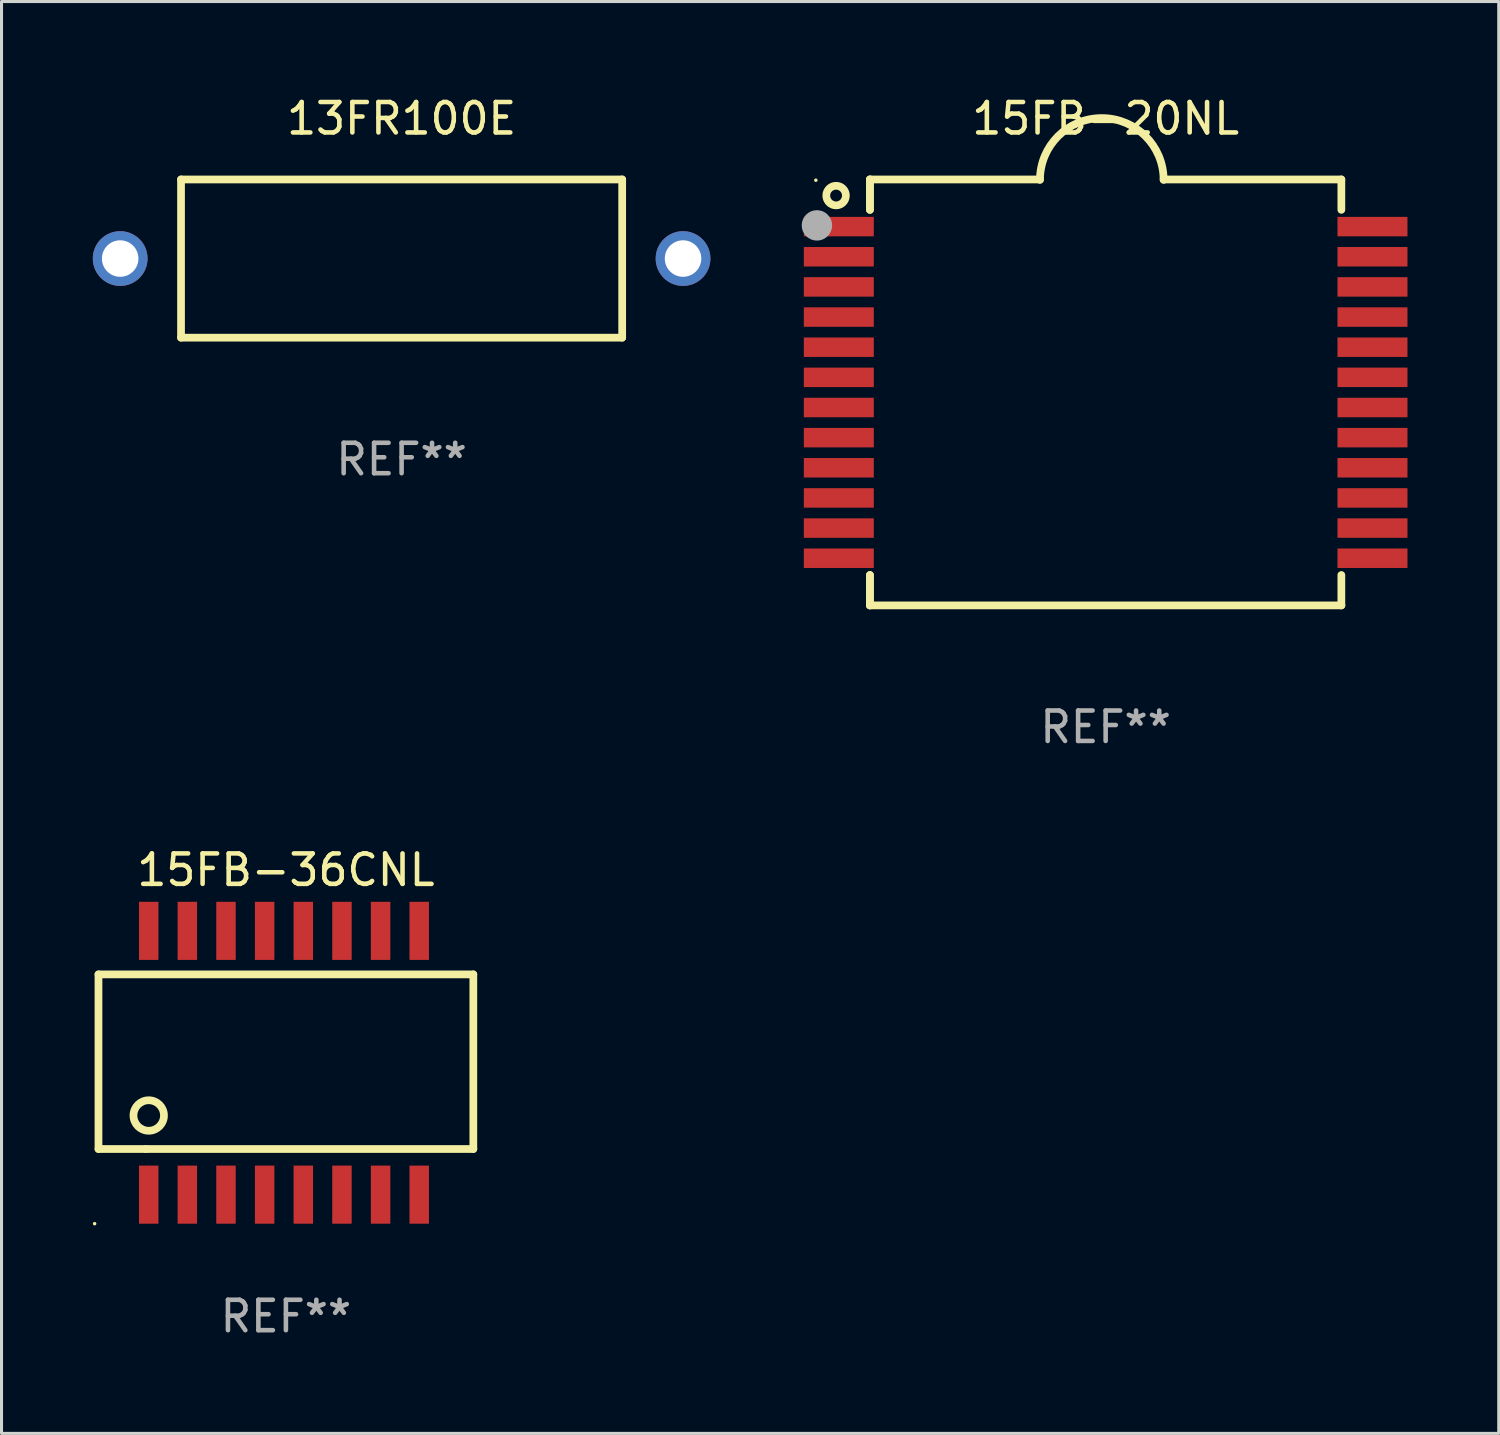
<source format=kicad_pcb>
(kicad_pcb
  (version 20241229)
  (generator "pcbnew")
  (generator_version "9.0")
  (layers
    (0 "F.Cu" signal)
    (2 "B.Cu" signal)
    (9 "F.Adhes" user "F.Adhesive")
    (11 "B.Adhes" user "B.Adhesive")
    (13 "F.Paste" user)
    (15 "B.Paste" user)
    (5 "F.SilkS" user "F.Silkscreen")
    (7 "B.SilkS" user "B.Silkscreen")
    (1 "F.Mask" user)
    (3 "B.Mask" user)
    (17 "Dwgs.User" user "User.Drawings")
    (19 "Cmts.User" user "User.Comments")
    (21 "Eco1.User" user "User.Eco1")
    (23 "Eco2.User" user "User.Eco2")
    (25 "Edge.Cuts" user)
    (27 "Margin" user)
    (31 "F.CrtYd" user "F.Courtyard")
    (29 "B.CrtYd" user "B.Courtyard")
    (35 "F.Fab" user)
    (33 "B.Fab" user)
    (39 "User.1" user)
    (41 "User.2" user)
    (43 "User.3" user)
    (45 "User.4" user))
  (footprint "15FB-20NL"
    (layer "F.Cu")
    (at 33.29 9.848)
    (property "Reference" "15FB-20NL" (at 0 -9 0) (layer "F.SilkS") (effects (font (size 1 1) (thickness 0.15))))
    (attr through_hole)
    (fp_line (start -7.747 -7) (end -7.747 -6.001) (stroke (width 0.254) (type solid)) (layer "F.SilkS"))
    (fp_line (start -7.747 -7) (end -7.747 -6.001) (stroke (width 0.254) (type solid)) (layer "F.SilkS"))
    (fp_line (start -7.747 -7) (end -2.159 -7) (stroke (width 0.254) (type solid)) (layer "F.SilkS"))
    (fp_line (start -7.747 6.001) (end -7.747 7) (stroke (width 0.254) (type solid)) (layer "F.SilkS"))
    (fp_line (start -7.747 6.001) (end -7.747 7) (stroke (width 0.254) (type solid)) (layer "F.SilkS"))
    (fp_line (start 7.747 -7) (end 1.905 -7) (stroke (width 0.254) (type solid)) (layer "F.SilkS"))
    (fp_line (start 7.747 -7) (end 7.747 -6.001) (stroke (width 0.254) (type solid)) (layer "F.SilkS"))
    (fp_line (start 7.747 6.001) (end 7.747 7) (stroke (width 0.254) (type solid)) (layer "F.SilkS"))
    (fp_line (start 7.75 7) (end -7.75 7) (stroke (width 0.254) (type solid)) (layer "F.SilkS"))
    (fp_arc (start -2.159004 -6.985026) (mid -0.127 -9.016548) (end 1.905004 -6.985027) (stroke (width 0.254001) (type solid)) (layer "F.SilkS"))
    (fp_circle (center -9.525 -6.975) (end -9.495 -6.975) (stroke (width 0.06) (type solid)) (fill no) (layer "F.SilkS"))
    (fp_circle (center -8.86 -6.47) (end -8.538 -6.47) (stroke (width 0.254) (type solid)) (fill no) (layer "F.SilkS"))
    (fp_circle (center -9.49 -5.49) (end -9.24 -5.49) (stroke (width 0.5) (type solid)) (fill no) (layer "F.Fab"))
    (fp_text user "REF**" (at 0 11 0) (layer "F.Fab") (effects (font (size 1 1) (thickness 0.15))))
    (pad "1" smd rect (at -8.77 -5.45) (size 2.3 0.64) (layers "F.Cu" "F.Mask" "F.Paste"))
    (pad "2" smd rect (at -8.77 -4.459 180) (size 2.3 0.64) (layers "F.Cu" "F.Mask" "F.Paste"))
    (pad "3" smd rect (at -8.77 -3.468 180) (size 2.3 0.64) (layers "F.Cu" "F.Mask" "F.Paste"))
    (pad "4" smd rect (at -8.77 -2.477 180) (size 2.3 0.64) (layers "F.Cu" "F.Mask" "F.Paste"))
    (pad "5" smd rect (at -8.77 -1.486 180) (size 2.3 0.64) (layers "F.Cu" "F.Mask" "F.Paste"))
    (pad "6" smd rect (at -8.77 -0.495 180) (size 2.3 0.64) (layers "F.Cu" "F.Mask" "F.Paste"))
    (pad "7" smd rect (at -8.77 0.496 180) (size 2.3 0.64) (layers "F.Cu" "F.Mask" "F.Paste"))
    (pad "8" smd rect (at -8.77 1.486 180) (size 2.3 0.64) (layers "F.Cu" "F.Mask" "F.Paste"))
    (pad "9" smd rect (at -8.77 2.477 180) (size 2.3 0.64) (layers "F.Cu" "F.Mask" "F.Paste"))
    (pad "10" smd rect (at -8.77 3.468 180) (size 2.3 0.64) (layers "F.Cu" "F.Mask" "F.Paste"))
    (pad "11" smd rect (at -8.77 4.459 180) (size 2.3 0.64) (layers "F.Cu" "F.Mask" "F.Paste"))
    (pad "12" smd rect (at -8.77 5.45 180) (size 2.3 0.64) (layers "F.Cu" "F.Mask" "F.Paste"))
    (pad "13" smd rect (at 8.77 5.45 180) (size 2.3 0.64) (layers "F.Cu" "F.Mask" "F.Paste"))
    (pad "14" smd rect (at 8.77 4.459 180) (size 2.3 0.64) (layers "F.Cu" "F.Mask" "F.Paste"))
    (pad "15" smd rect (at 8.77 3.468 180) (size 2.3 0.64) (layers "F.Cu" "F.Mask" "F.Paste"))
    (pad "16" smd rect (at 8.77 2.477 180) (size 2.3 0.64) (layers "F.Cu" "F.Mask" "F.Paste"))
    (pad "17" smd rect (at 8.77 1.486 180) (size 2.3 0.64) (layers "F.Cu" "F.Mask" "F.Paste"))
    (pad "18" smd rect (at 8.77 0.496 180) (size 2.3 0.64) (layers "F.Cu" "F.Mask" "F.Paste"))
    (pad "19" smd rect (at 8.77 -0.496 180) (size 2.3 0.64) (layers "F.Cu" "F.Mask" "F.Paste"))
    (pad "20" smd rect (at 8.77 -1.486 180) (size 2.3 0.64) (layers "F.Cu" "F.Mask" "F.Paste"))
    (pad "21" smd rect (at 8.77 -2.477 180) (size 2.3 0.64) (layers "F.Cu" "F.Mask" "F.Paste"))
    (pad "22" smd rect (at 8.77 -3.468 180) (size 2.3 0.64) (layers "F.Cu" "F.Mask" "F.Paste"))
    (pad "23" smd rect (at 8.77 -4.459 180) (size 2.3 0.64) (layers "F.Cu" "F.Mask" "F.Paste"))
    (pad "24" smd rect (at 8.77 -5.45 180) (size 2.3 0.64) (layers "F.Cu" "F.Mask" "F.Paste")))
  (footprint "15FB-36CNL"
    (layer "F.Cu")
    (at 6.347 31.88)
    (property "Reference" "15FB-36CNL" (at 0 -6.335 0) (layer "F.SilkS") (effects (font (size 1 1) (thickness 0.15))))
    (attr through_hole)
    (fp_line (start -6.16 -2.904) (end -6.16 2.835) (stroke (width 0.254) (type solid)) (layer "F.SilkS"))
    (fp_line (start -6.16 2.835) (end -4.609 2.835) (stroke (width 0.254) (type solid)) (layer "F.SilkS"))
    (fp_line (start -4.609 2.835) (end 6.16 2.835) (stroke (width 0.254) (type solid)) (layer "F.SilkS"))
    (fp_line (start 6.16 -2.904) (end -6.16 -2.904) (stroke (width 0.254) (type solid)) (layer "F.SilkS"))
    (fp_line (start 6.16 2.835) (end 6.16 -2.904) (stroke (width 0.254) (type solid)) (layer "F.SilkS"))
    (fp_circle (center -6.287 5.29) (end -6.257 5.29) (stroke (width 0.06) (type solid)) (fill no) (layer "F.SilkS"))
    (fp_circle (center -4.509 1.734) (end -4.008 1.734) (stroke (width 0.254) (type solid)) (fill no) (layer "F.SilkS"))
    (fp_text user "REF**" (at 0 8.335 0) (layer "F.Fab") (effects (font (size 1 1) (thickness 0.15))))
    (pad "1" smd rect (at -4.509 4.335) (size 0.64 1.91) (layers "F.Cu" "F.Mask" "F.Paste"))
    (pad "2" smd rect (at -3.239 4.335) (size 0.64 1.91) (layers "F.Cu" "F.Mask" "F.Paste"))
    (pad "3" smd rect (at -1.969 4.335) (size 0.64 1.91) (layers "F.Cu" "F.Mask" "F.Paste"))
    (pad "4" smd rect (at -0.699 4.335) (size 0.64 1.91) (layers "F.Cu" "F.Mask" "F.Paste"))
    (pad "5" smd rect (at 0.572 4.335) (size 0.64 1.91) (layers "F.Cu" "F.Mask" "F.Paste"))
    (pad "6" smd rect (at 1.842 4.335) (size 0.64 1.91) (layers "F.Cu" "F.Mask" "F.Paste"))
    (pad "7" smd rect (at 3.112 4.335) (size 0.64 1.91) (layers "F.Cu" "F.Mask" "F.Paste"))
    (pad "8" smd rect (at 4.382 4.335) (size 0.64 1.91) (layers "F.Cu" "F.Mask" "F.Paste"))
    (pad "9" smd rect (at 4.382 -4.335) (size 0.64 1.91) (layers "F.Cu" "F.Mask" "F.Paste"))
    (pad "10" smd rect (at 3.112 -4.335) (size 0.64 1.91) (layers "F.Cu" "F.Mask" "F.Paste"))
    (pad "11" smd rect (at 1.842 -4.335) (size 0.64 1.91) (layers "F.Cu" "F.Mask" "F.Paste"))
    (pad "12" smd rect (at 0.572 -4.335) (size 0.64 1.91) (layers "F.Cu" "F.Mask" "F.Paste"))
    (pad "13" smd rect (at -0.699 -4.335) (size 0.64 1.91) (layers "F.Cu" "F.Mask" "F.Paste"))
    (pad "14" smd rect (at -1.969 -4.335) (size 0.64 1.91) (layers "F.Cu" "F.Mask" "F.Paste"))
    (pad "15" smd rect (at -3.239 -4.335) (size 0.64 1.91) (layers "F.Cu" "F.Mask" "F.Paste"))
    (pad "16" smd rect (at -4.509 -4.335) (size 0.64 1.91) (layers "F.Cu" "F.Mask" "F.Paste")))
  (footprint "13FR100E"
    (layer "F.Cu")
    (at 10.15 5.448)
    (property "Reference" "13FR100E" (at 0 -4.6 0) (layer "F.SilkS") (effects (font (size 1 1) (thickness 0.15))))
    (attr through_hole)
    (fp_line (start -7.25 -2.6) (end 7.25 -2.6) (stroke (width 0.254) (type solid)) (layer "F.SilkS"))
    (fp_line (start -7.25 2.6) (end -7.25 -2.6) (stroke (width 0.254) (type solid)) (layer "F.SilkS"))
    (fp_line (start -7.25 2.6) (end 7.25 2.6) (stroke (width 0.254) (type solid)) (layer "F.SilkS"))
    (fp_line (start 7.25 -2.6) (end 7.25 2.6) (stroke (width 0.254) (type solid)) (layer "F.SilkS"))
    (fp_text user "REF**" (at 0 6.6 0) (layer "F.Fab") (effects (font (size 1 1) (thickness 0.15))))
    (pad "1" thru_hole circle (at -9.25 0) (size 1.8 1.8) (drill 1.2) (layers "*.Cu" "*.Mask"))
    (pad "2" thru_hole circle (at 9.25 0) (size 1.8 1.8) (drill 1.2) (layers "*.Cu" "*.Mask")))
  (gr_rect
    (start -3 -3)
    (end 46.21 44.063)
    (stroke (width 0.1) (type default))
    (fill no)
    (layer "Edge.Cuts")))
</source>
